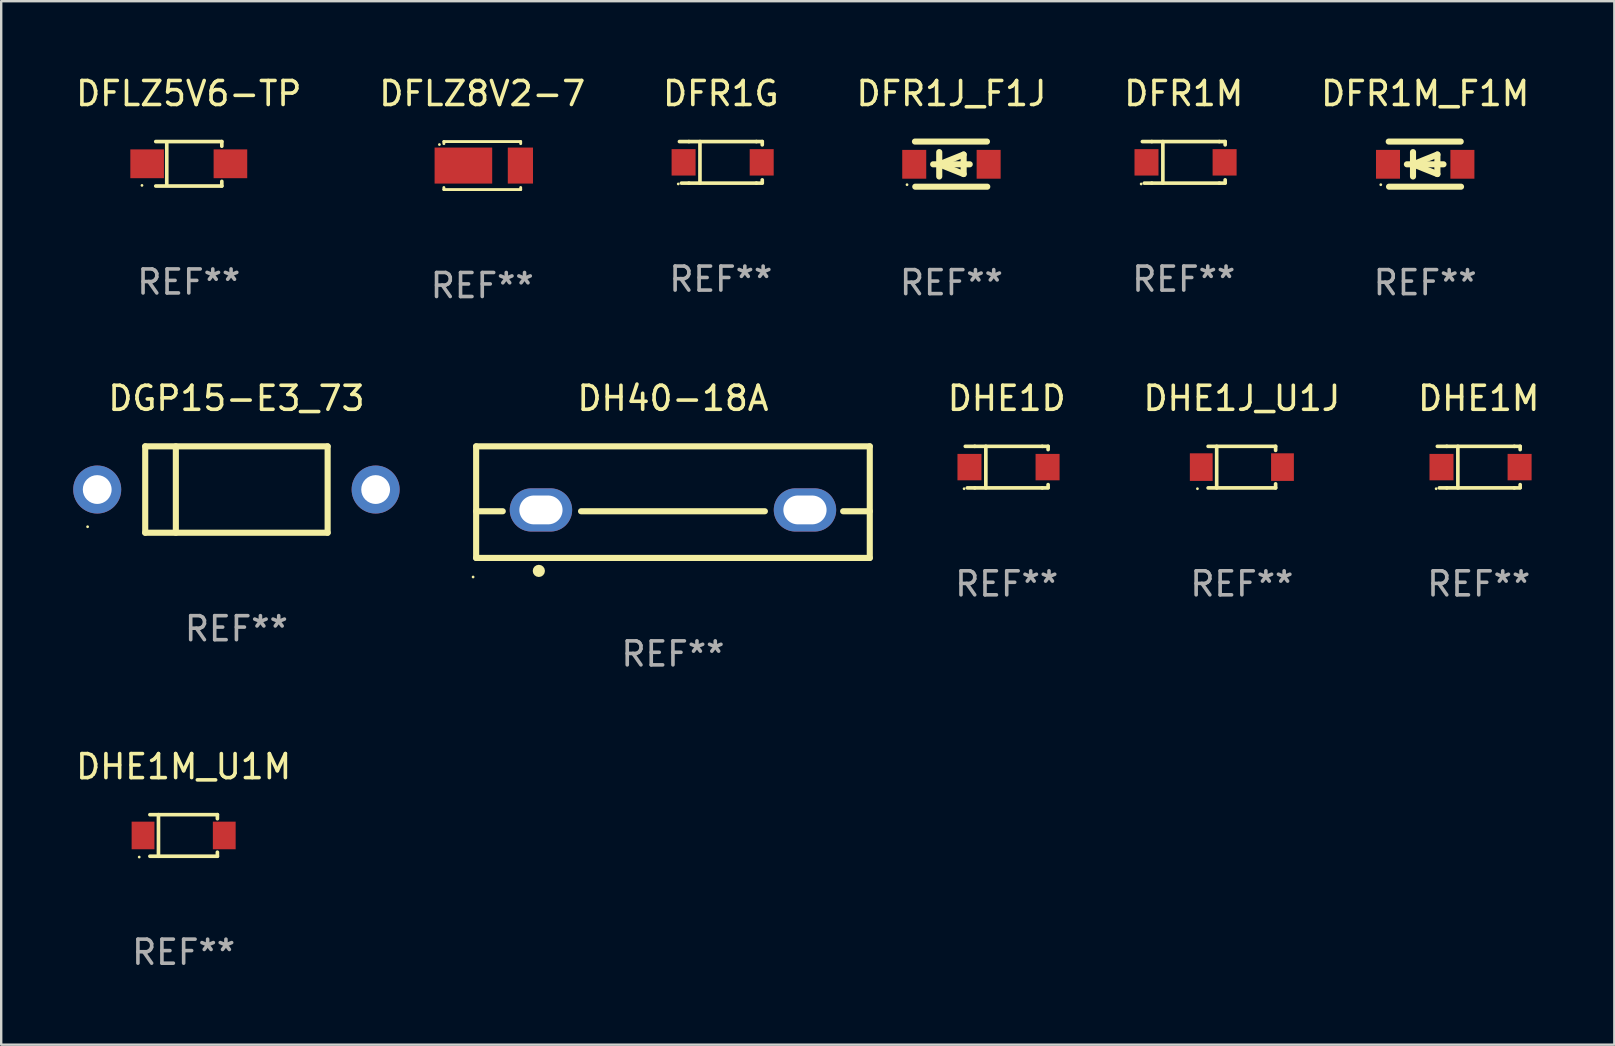
<source format=kicad_pcb>
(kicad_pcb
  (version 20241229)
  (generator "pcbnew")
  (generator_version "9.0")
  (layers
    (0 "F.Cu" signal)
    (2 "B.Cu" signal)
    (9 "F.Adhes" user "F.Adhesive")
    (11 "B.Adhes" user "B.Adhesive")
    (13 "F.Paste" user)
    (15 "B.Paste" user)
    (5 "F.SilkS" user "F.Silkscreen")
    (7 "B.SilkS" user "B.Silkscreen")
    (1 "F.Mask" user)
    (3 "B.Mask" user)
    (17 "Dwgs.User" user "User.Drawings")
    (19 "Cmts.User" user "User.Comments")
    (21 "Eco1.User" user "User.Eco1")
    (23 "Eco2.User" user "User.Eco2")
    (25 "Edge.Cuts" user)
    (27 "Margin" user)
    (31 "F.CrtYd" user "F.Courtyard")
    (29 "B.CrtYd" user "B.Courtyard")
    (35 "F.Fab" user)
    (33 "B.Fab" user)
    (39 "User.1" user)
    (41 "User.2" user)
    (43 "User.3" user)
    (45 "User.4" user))
  (footprint "DHE1M"
    (layer "F.Cu")
    (at 58.558 16.411)
    (property "Reference" "DHE1M" (at 0 -2.866 0) (layer "F.SilkS") (effects (font (size 1 1) (thickness 0.15))))
    (attr through_hole)
    (fp_line (start -1.332 0.866) (end -1.642 0.866) (stroke (width 0.152) (type solid)) (layer "F.SilkS"))
    (fp_line (start -1.331 -0.866) (end -1.725 -0.866) (stroke (width 0.152) (type solid)) (layer "F.SilkS"))
    (fp_line (start -1.331 -0.866) (end 1.481 -0.866) (stroke (width 0.152) (type solid)) (layer "F.SilkS"))
    (fp_line (start -1.331 0.866) (end 1.481 0.866) (stroke (width 0.152) (type solid)) (layer "F.SilkS"))
    (fp_line (start -0.87 -0.866) (end -0.87 0.866) (stroke (width 0.152) (type solid)) (layer "F.SilkS"))
    (fp_line (start 1.481 -0.866) (end 1.725 -0.866) (stroke (width 0.152) (type solid)) (layer "F.SilkS"))
    (fp_line (start 1.481 0.866) (end 1.725 0.866) (stroke (width 0.152) (type solid)) (layer "F.SilkS"))
    (fp_line (start 1.725 -0.866) (end 1.725 -0.73) (stroke (width 0.152) (type solid)) (layer "F.SilkS"))
    (fp_line (start 1.725 0.73) (end 1.725 0.85) (stroke (width 0.152) (type solid)) (layer "F.SilkS"))
    (fp_circle (center -1.775 0.9) (end -1.745 0.9) (stroke (width 0.06) (type solid)) (fill no) (layer "F.SilkS"))
    (fp_text user "REF**" (at 0 4.866 0) (layer "F.Fab") (effects (font (size 1 1) (thickness 0.15))))
    (pad "1" smd rect (at -1.552 0) (size 1 1.1) (layers "F.Cu" "F.Mask" "F.Paste"))
    (pad "2" smd rect (at 1.702 0) (size 1 1.1) (layers "F.Cu" "F.Mask" "F.Paste")))
  (footprint "DHE1J_U1J"
    (layer "F.Cu")
    (at 48.689 16.411)
    (property "Reference" "DHE1J_U1J" (at 0 -2.866 0) (layer "F.SilkS") (effects (font (size 1 1) (thickness 0.15))))
    (attr through_hole)
    (fp_line (start -1.406 -0.866) (end 1.406 -0.866) (stroke (width 0.152) (type solid)) (layer "F.SilkS"))
    (fp_line (start -1.406 0.866) (end 1.406 0.866) (stroke (width 0.152) (type solid)) (layer "F.SilkS"))
    (fp_line (start -1.049 -0.866) (end -1.049 0.866) (stroke (width 0.152) (type solid)) (layer "F.SilkS"))
    (fp_line (start 1.406 -0.866) (end 1.406 -0.698) (stroke (width 0.152) (type solid)) (layer "F.SilkS"))
    (fp_line (start 1.406 0.866) (end 1.406 0.698) (stroke (width 0.152) (type solid)) (layer "F.SilkS"))
    (fp_circle (center -1.851 0.9) (end -1.821 0.9) (stroke (width 0.06) (type solid)) (fill no) (layer "F.SilkS"))
    (fp_text user "REF**" (at 0 4.866 0) (layer "F.Fab") (effects (font (size 1 1) (thickness 0.15))))
    (pad "1" smd rect (at -1.692 0) (size 0.95 1.15) (layers "F.Cu" "F.Mask" "F.Paste"))
    (pad "2" smd rect (at 1.692 0) (size 0.95 1.15) (layers "F.Cu" "F.Mask" "F.Paste")))
  (footprint "DFR1J_F1J"
    (layer "F.Cu")
    (at 36.589 3.788)
    (property "Reference" "DFR1J_F1J" (at 0 -2.94 0) (layer "F.SilkS") (effects (font (size 1 1) (thickness 0.15))))
    (attr through_hole)
    (fp_line (start -1.52 -0.94) (end 1.48 -0.94) (stroke (width 0.254) (type solid)) (layer "F.SilkS"))
    (fp_line (start -1.507 0.94) (end 1.493 0.94) (stroke (width 0.254) (type solid)) (layer "F.SilkS"))
    (fp_line (start -0.762 0.007) (end 0.762 0.007) (stroke (width 0.254) (type solid)) (layer "F.SilkS"))
    (fp_line (start -0.508 -0.501) (end -0.508 0.515) (stroke (width 0.254) (type solid)) (layer "F.SilkS"))
    (fp_line (start -0.508 0.007) (end 0.508 -0.4) (stroke (width 0.254) (type solid)) (layer "F.SilkS"))
    (fp_line (start 0.508 -0.4) (end 0.508 0.413) (stroke (width 0.254) (type solid)) (layer "F.SilkS"))
    (fp_line (start 0.508 0.413) (end -0.508 0.007) (stroke (width 0.254) (type solid)) (layer "F.SilkS"))
    (fp_circle (center -1.85 0.857) (end -1.82 0.857) (stroke (width 0.06) (type solid)) (fill no) (layer "F.SilkS"))
    (fp_text user "REF**" (at 0 4.94 0) (layer "F.Fab") (effects (font (size 1 1) (thickness 0.15))))
    (pad "1" smd rect (at -1.55 0.007) (size 1 1.2) (layers "F.Cu" "F.Mask" "F.Paste"))
    (pad "2" smd rect (at 1.55 0.007) (size 1 1.2) (layers "F.Cu" "F.Mask" "F.Paste")))
  (footprint "DFR1G"
    (layer "F.Cu")
    (at 26.982 3.714)
    (property "Reference" "DFR1G" (at 0 -2.866 0) (layer "F.SilkS") (effects (font (size 1 1) (thickness 0.15))))
    (attr through_hole)
    (fp_line (start -1.332 0.866) (end -1.642 0.866) (stroke (width 0.152) (type solid)) (layer "F.SilkS"))
    (fp_line (start -1.331 -0.866) (end -1.725 -0.866) (stroke (width 0.152) (type solid)) (layer "F.SilkS"))
    (fp_line (start -1.331 -0.866) (end 1.481 -0.866) (stroke (width 0.152) (type solid)) (layer "F.SilkS"))
    (fp_line (start -1.331 0.866) (end 1.481 0.866) (stroke (width 0.152) (type solid)) (layer "F.SilkS"))
    (fp_line (start -0.87 -0.866) (end -0.87 0.866) (stroke (width 0.152) (type solid)) (layer "F.SilkS"))
    (fp_line (start 1.481 -0.866) (end 1.725 -0.866) (stroke (width 0.152) (type solid)) (layer "F.SilkS"))
    (fp_line (start 1.481 0.866) (end 1.725 0.866) (stroke (width 0.152) (type solid)) (layer "F.SilkS"))
    (fp_line (start 1.725 -0.866) (end 1.725 -0.73) (stroke (width 0.152) (type solid)) (layer "F.SilkS"))
    (fp_line (start 1.725 0.73) (end 1.725 0.85) (stroke (width 0.152) (type solid)) (layer "F.SilkS"))
    (fp_circle (center -1.775 0.9) (end -1.745 0.9) (stroke (width 0.06) (type solid)) (fill no) (layer "F.SilkS"))
    (fp_text user "REF**" (at 0 4.866 0) (layer "F.Fab") (effects (font (size 1 1) (thickness 0.15))))
    (pad "1" smd rect (at -1.552 0) (size 1 1.1) (layers "F.Cu" "F.Mask" "F.Paste"))
    (pad "2" smd rect (at 1.702 0) (size 1 1.1) (layers "F.Cu" "F.Mask" "F.Paste")))
  (footprint "DFLZ8V2-7"
    (layer "F.Cu")
    (at 17.042 3.848)
    (property "Reference" "DFLZ8V2-7" (at 0 -3 0) (layer "F.SilkS") (effects (font (size 1 1) (thickness 0.15))))
    (attr through_hole)
    (fp_line (start -1.599 -1) (end -1.599 -0.913) (stroke (width 0.12) (type solid)) (layer "F.SilkS"))
    (fp_line (start -1.599 0.913) (end -1.599 1) (stroke (width 0.12) (type solid)) (layer "F.SilkS"))
    (fp_line (start -1.599 1) (end 1.601 1) (stroke (width 0.12) (type solid)) (layer "F.SilkS"))
    (fp_line (start 1.599 -1) (end -1.601 -1) (stroke (width 0.12) (type solid)) (layer "F.SilkS"))
    (fp_line (start 1.601 -1) (end 1.601 -0.913) (stroke (width 0.12) (type solid)) (layer "F.SilkS"))
    (fp_line (start 1.601 0.913) (end 1.601 1) (stroke (width 0.12) (type solid)) (layer "F.SilkS"))
    (fp_circle (center -1.785 -0.876) (end -1.755 -0.876) (stroke (width 0.06) (type solid)) (fill no) (layer "F.SilkS"))
    (fp_text user "REF**" (at 0 5 0) (layer "F.Fab") (effects (font (size 1 1) (thickness 0.15))))
    (pad "1" smd rect (at -0.786 0 180) (size 2.4 1.5) (layers "F.Cu" "F.Mask" "F.Paste"))
    (pad "2" smd rect (at 1.589 0 180) (size 1.05 1.5) (layers "F.Cu" "F.Mask" "F.Paste")))
  (footprint "DFLZ5V6-TP"
    (layer "F.Cu")
    (at 4.815 3.774)
    (property "Reference" "DFLZ5V6-TP" (at 0 -2.926 0) (layer "F.SilkS") (effects (font (size 1 1) (thickness 0.15))))
    (attr through_hole)
    (fp_line (start -1.376 -0.926) (end 1.376 -0.926) (stroke (width 0.152) (type solid)) (layer "F.SilkS"))
    (fp_line (start -1.376 0.926) (end 1.376 0.926) (stroke (width 0.152) (type solid)) (layer "F.SilkS"))
    (fp_line (start -0.917 -0.876) (end -0.917 0.876) (stroke (width 0.152) (type solid)) (layer "F.SilkS"))
    (fp_line (start 1.376 -0.926) (end 1.376 -0.733) (stroke (width 0.152) (type solid)) (layer "F.SilkS"))
    (fp_line (start 1.376 0.926) (end 1.376 0.733) (stroke (width 0.152) (type solid)) (layer "F.SilkS"))
    (fp_circle (center -1.95 0.9) (end -1.92 0.9) (stroke (width 0.06) (type solid)) (fill no) (layer "F.SilkS"))
    (fp_text user "REF**" (at 0 4.926 0) (layer "F.Fab") (effects (font (size 1 1) (thickness 0.15))))
    (pad "1" smd rect (at -1.735 0) (size 1.4 1.2) (layers "F.Cu" "F.Mask" "F.Paste"))
    (pad "2" smd rect (at 1.735 0) (size 1.4 1.2) (layers "F.Cu" "F.Mask" "F.Paste")))
  (footprint "DFR1M"
    (layer "F.Cu")
    (at 46.268 3.714)
    (property "Reference" "DFR1M" (at 0 -2.866 0) (layer "F.SilkS") (effects (font (size 1 1) (thickness 0.15))))
    (attr through_hole)
    (fp_line (start -1.332 0.866) (end -1.642 0.866) (stroke (width 0.152) (type solid)) (layer "F.SilkS"))
    (fp_line (start -1.331 -0.866) (end -1.725 -0.866) (stroke (width 0.152) (type solid)) (layer "F.SilkS"))
    (fp_line (start -1.331 -0.866) (end 1.481 -0.866) (stroke (width 0.152) (type solid)) (layer "F.SilkS"))
    (fp_line (start -1.331 0.866) (end 1.481 0.866) (stroke (width 0.152) (type solid)) (layer "F.SilkS"))
    (fp_line (start -0.87 -0.866) (end -0.87 0.866) (stroke (width 0.152) (type solid)) (layer "F.SilkS"))
    (fp_line (start 1.481 -0.866) (end 1.725 -0.866) (stroke (width 0.152) (type solid)) (layer "F.SilkS"))
    (fp_line (start 1.481 0.866) (end 1.725 0.866) (stroke (width 0.152) (type solid)) (layer "F.SilkS"))
    (fp_line (start 1.725 -0.866) (end 1.725 -0.73) (stroke (width 0.152) (type solid)) (layer "F.SilkS"))
    (fp_line (start 1.725 0.73) (end 1.725 0.85) (stroke (width 0.152) (type solid)) (layer "F.SilkS"))
    (fp_circle (center -1.775 0.9) (end -1.745 0.9) (stroke (width 0.06) (type solid)) (fill no) (layer "F.SilkS"))
    (fp_text user "REF**" (at 0 4.866 0) (layer "F.Fab") (effects (font (size 1 1) (thickness 0.15))))
    (pad "1" smd rect (at -1.552 0) (size 1 1.1) (layers "F.Cu" "F.Mask" "F.Paste"))
    (pad "2" smd rect (at 1.702 0) (size 1 1.1) (layers "F.Cu" "F.Mask" "F.Paste")))
  (footprint "DHE1D"
    (layer "F.Cu")
    (at 38.892 16.411)
    (property "Reference" "DHE1D" (at 0 -2.866 0) (layer "F.SilkS") (effects (font (size 1 1) (thickness 0.15))))
    (attr through_hole)
    (fp_line (start -1.332 0.866) (end -1.642 0.866) (stroke (width 0.152) (type solid)) (layer "F.SilkS"))
    (fp_line (start -1.331 -0.866) (end -1.725 -0.866) (stroke (width 0.152) (type solid)) (layer "F.SilkS"))
    (fp_line (start -1.331 -0.866) (end 1.481 -0.866) (stroke (width 0.152) (type solid)) (layer "F.SilkS"))
    (fp_line (start -1.331 0.866) (end 1.481 0.866) (stroke (width 0.152) (type solid)) (layer "F.SilkS"))
    (fp_line (start -0.87 -0.866) (end -0.87 0.866) (stroke (width 0.152) (type solid)) (layer "F.SilkS"))
    (fp_line (start 1.481 -0.866) (end 1.725 -0.866) (stroke (width 0.152) (type solid)) (layer "F.SilkS"))
    (fp_line (start 1.481 0.866) (end 1.725 0.866) (stroke (width 0.152) (type solid)) (layer "F.SilkS"))
    (fp_line (start 1.725 -0.866) (end 1.725 -0.73) (stroke (width 0.152) (type solid)) (layer "F.SilkS"))
    (fp_line (start 1.725 0.73) (end 1.725 0.85) (stroke (width 0.152) (type solid)) (layer "F.SilkS"))
    (fp_circle (center -1.775 0.9) (end -1.745 0.9) (stroke (width 0.06) (type solid)) (fill no) (layer "F.SilkS"))
    (fp_text user "REF**" (at 0 4.866 0) (layer "F.Fab") (effects (font (size 1 1) (thickness 0.15))))
    (pad "1" smd rect (at -1.552 0) (size 1 1.1) (layers "F.Cu" "F.Mask" "F.Paste"))
    (pad "2" smd rect (at 1.702 0) (size 1 1.1) (layers "F.Cu" "F.Mask" "F.Paste")))
  (footprint "DFR1M_F1M"
    (layer "F.Cu")
    (at 56.327 3.788)
    (property "Reference" "DFR1M_F1M" (at 0 -2.94 0) (layer "F.SilkS") (effects (font (size 1 1) (thickness 0.15))))
    (attr through_hole)
    (fp_line (start -1.52 -0.94) (end 1.48 -0.94) (stroke (width 0.254) (type solid)) (layer "F.SilkS"))
    (fp_line (start -1.507 0.94) (end 1.493 0.94) (stroke (width 0.254) (type solid)) (layer "F.SilkS"))
    (fp_line (start -0.762 0.007) (end 0.762 0.007) (stroke (width 0.254) (type solid)) (layer "F.SilkS"))
    (fp_line (start -0.508 -0.501) (end -0.508 0.515) (stroke (width 0.254) (type solid)) (layer "F.SilkS"))
    (fp_line (start -0.508 0.007) (end 0.508 -0.4) (stroke (width 0.254) (type solid)) (layer "F.SilkS"))
    (fp_line (start 0.508 -0.4) (end 0.508 0.413) (stroke (width 0.254) (type solid)) (layer "F.SilkS"))
    (fp_line (start 0.508 0.413) (end -0.508 0.007) (stroke (width 0.254) (type solid)) (layer "F.SilkS"))
    (fp_circle (center -1.85 0.857) (end -1.82 0.857) (stroke (width 0.06) (type solid)) (fill no) (layer "F.SilkS"))
    (fp_text user "REF**" (at 0 4.94 0) (layer "F.Fab") (effects (font (size 1 1) (thickness 0.15))))
    (pad "1" smd rect (at -1.55 0.007) (size 1 1.2) (layers "F.Cu" "F.Mask" "F.Paste"))
    (pad "2" smd rect (at 1.55 0.007) (size 1 1.2) (layers "F.Cu" "F.Mask" "F.Paste")))
  (footprint "DH40-18A"
    (layer "F.Cu")
    (at 24.987 17.87)
    (property "Reference" "DH40-18A" (at 0 -4.325 0) (layer "F.SilkS") (effects (font (size 1 1) (thickness 0.15))))
    (attr through_hole)
    (fp_line (start -8.2 -2.325) (end -8.2 2.325) (stroke (width 0.254) (type solid)) (layer "F.SilkS"))
    (fp_line (start -8.2 -2.325) (end 8.2 -2.325) (stroke (width 0.254) (type solid)) (layer "F.SilkS"))
    (fp_line (start -8.2 0.38) (end -7.09 0.38) (stroke (width 0.254) (type solid)) (layer "F.SilkS"))
    (fp_line (start -8.2 2.325) (end 8.2 2.325) (stroke (width 0.254) (type solid)) (layer "F.SilkS"))
    (fp_line (start -3.83 0.38) (end 3.83 0.38) (stroke (width 0.254) (type solid)) (layer "F.SilkS"))
    (fp_line (start 7.09 0.38) (end 8.2 0.38) (stroke (width 0.254) (type solid)) (layer "F.SilkS"))
    (fp_line (start 8.2 -2.325) (end 8.2 2.325) (stroke (width 0.254) (type solid)) (layer "F.SilkS"))
    (fp_circle (center -8.327 3.119) (end -8.297 3.119) (stroke (width 0.06) (type solid)) (fill no) (layer "F.SilkS"))
    (fp_circle (center -5.588 2.865) (end -5.461 2.865) (stroke (width 0.254) (type solid)) (fill no) (layer "F.SilkS"))
    (fp_text user "REF**" (at 0 6.325 0) (layer "F.Fab") (effects (font (size 1 1) (thickness 0.15))))
    (pad "1" thru_hole oval (at -5.5 0.325) (size 2.6 1.8) (drill oval 1.8 1.2) (layers "*.Cu" "*.Mask"))
    (pad "3" thru_hole oval (at 5.5 0.325) (size 2.6 1.8) (drill oval 1.8 1.2) (layers "*.Cu" "*.Mask")))
  (footprint "DHE1M_U1M"
    (layer "F.Cu")
    (at 4.601 31.757)
    (property "Reference" "DHE1M_U1M" (at 0 -2.866 0) (layer "F.SilkS") (effects (font (size 1 1) (thickness 0.15))))
    (attr through_hole)
    (fp_line (start -1.406 -0.866) (end 1.406 -0.866) (stroke (width 0.152) (type solid)) (layer "F.SilkS"))
    (fp_line (start -1.406 0.866) (end 1.406 0.866) (stroke (width 0.152) (type solid)) (layer "F.SilkS"))
    (fp_line (start -1.049 -0.866) (end -1.049 0.866) (stroke (width 0.152) (type solid)) (layer "F.SilkS"))
    (fp_line (start 1.406 -0.866) (end 1.406 -0.698) (stroke (width 0.152) (type solid)) (layer "F.SilkS"))
    (fp_line (start 1.406 0.866) (end 1.406 0.698) (stroke (width 0.152) (type solid)) (layer "F.SilkS"))
    (fp_circle (center -1.851 0.9) (end -1.821 0.9) (stroke (width 0.06) (type solid)) (fill no) (layer "F.SilkS"))
    (fp_text user "REF**" (at 0 4.866 0) (layer "F.Fab") (effects (font (size 1 1) (thickness 0.15))))
    (pad "1" smd rect (at -1.692 0) (size 0.95 1.15) (layers "F.Cu" "F.Mask" "F.Paste"))
    (pad "2" smd rect (at 1.692 0) (size 0.95 1.15) (layers "F.Cu" "F.Mask" "F.Paste")))
  (footprint "DGP15-E3_73"
    (layer "F.Cu")
    (at 6.8 17.345)
    (property "Reference" "DGP15-E3_73" (at 0 -3.8 0) (layer "F.SilkS") (effects (font (size 1 1) (thickness 0.15))))
    (attr through_hole)
    (fp_line (start -3.8 -1.8) (end -3.8 1.8) (stroke (width 0.254) (type solid)) (layer "F.SilkS"))
    (fp_line (start -3.8 -1.8) (end 3.8 -1.8) (stroke (width 0.254) (type solid)) (layer "F.SilkS"))
    (fp_line (start -3.8 1.8) (end 3.8 1.8) (stroke (width 0.254) (type solid)) (layer "F.SilkS"))
    (fp_line (start -2.524 -1.8) (end -2.524 1.8) (stroke (width 0.254) (type solid)) (layer "F.SilkS"))
    (fp_line (start 3.8 -1.8) (end 3.8 1.8) (stroke (width 0.254) (type solid)) (layer "F.SilkS"))
    (fp_circle (center -6.2 1.55) (end -6.17 1.55) (stroke (width 0.06) (type solid)) (fill no) (layer "F.SilkS"))
    (fp_text user "REF**" (at 0 5.8 0) (layer "F.Fab") (effects (font (size 1 1) (thickness 0.15))))
    (pad "1" thru_hole circle (at -5.8 0) (size 2 2) (drill 1.2) (layers "*.Cu" "*.Mask"))
    (pad "2" thru_hole circle (at 5.8 0) (size 2 2) (drill 1.2) (layers "*.Cu" "*.Mask")))
  (gr_rect
    (start -3 -3)
    (end 64.207 40.472)
    (stroke (width 0.1) (type default))
    (fill no)
    (layer "Edge.Cuts")))
</source>
